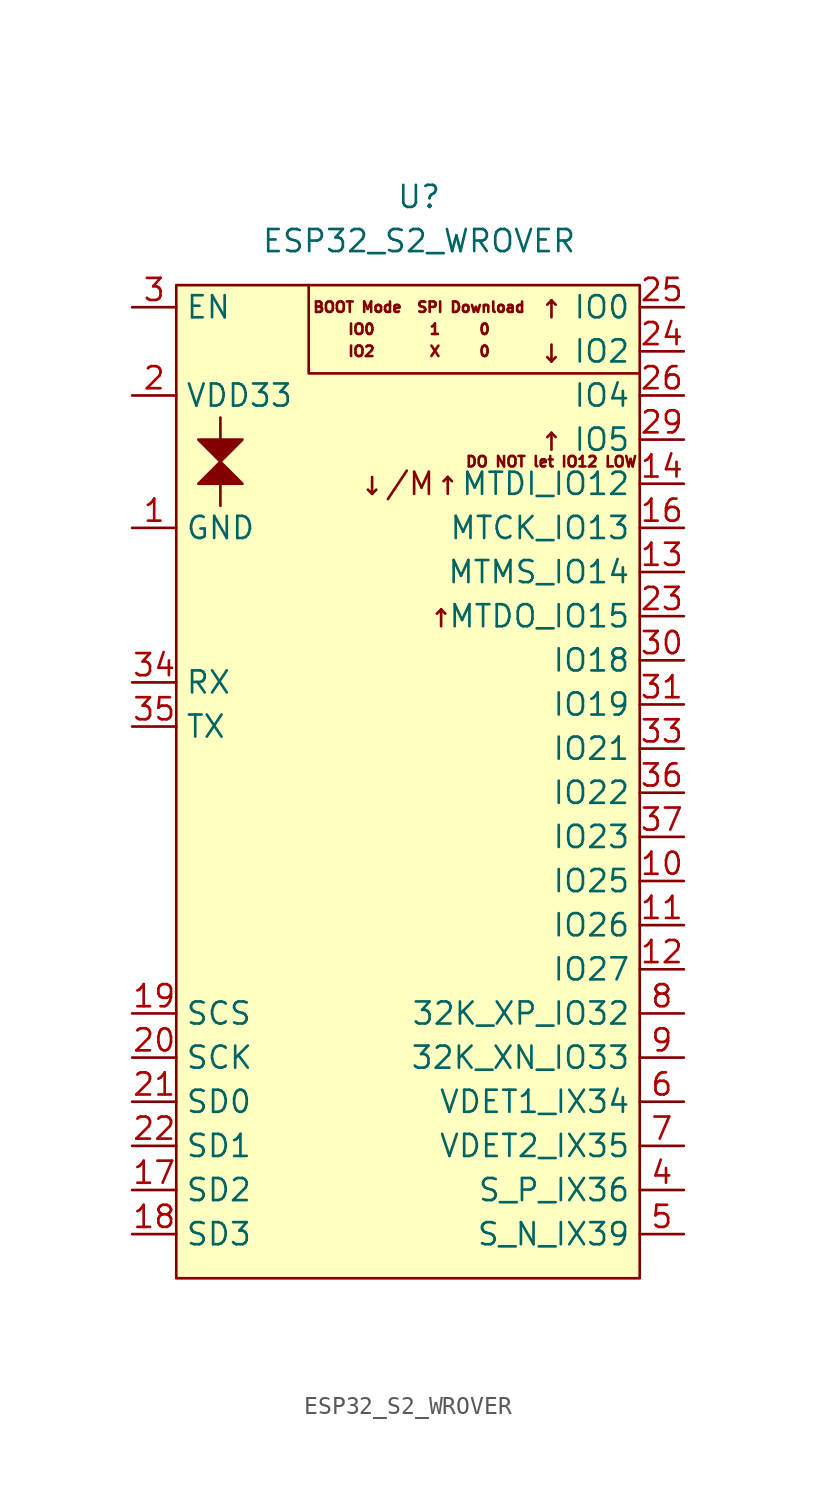
<source format=kicad_sym>
(kicad_symbol_lib
  (version 20211014)
  (generator kicad_symbol_editor)
  (symbol "ESP32_S2_WROVER"
    (property "Reference" "U"
      (at 0 3.81 0)
      (effects (font (size 1.27 1.27))))
    (property "Value" "ESP32_S2_WROVER"
      (at 0 1.27 0)
      (effects (font (size 1.27 1.27))))
    (symbol "ESP32_S2_WROVER_0_0"
      (polyline (pts (xy -11.43 -12.7) (xy -11.43 -13.97)) (stroke (width 0.152) (type default) (color 0 0 0 0)) (fill (type none)))
      (polyline (pts (xy -11.43 -10.16) (xy -11.43 -8.89)) (stroke (width 0.152) (type default) (color 0 0 0 0)) (fill (type none)))
      (polyline (pts (xy 12.7 -6.35) (xy -6.35 -6.35) (xy -6.35 -1.27)) (stroke (width 0.152) (type default) (color 0 0 0 0)) (fill (type none)))
      (polyline (pts (xy -11.43 -11.43) (xy -12.7 -10.16) (xy -10.16 -10.16) (xy -11.43 -11.43) (xy -12.7 -12.7) (xy -10.16 -12.7) (xy -11.43 -11.43)) (stroke (width 0.152) (type default) (color 0 0 0 0)) (fill (type outline)))
      (text "BOOT Mode  SPI Download" (at 0 -2.54 0) (effects (font (size 0.6 0.6))))
      (text "DO NOT let IO12 LOW" (at 7.62 -11.43 0) (effects (font (size 0.6 0.6))))
      (text "IO0       1     0" (at 0 -3.81 0) (effects (font (size 0.6 0.6))))
      (text "IO2       X     0" (at 0 -5.08 0) (effects (font (size 0.6 0.6))))
      (text "↑" (at 1.27 -20.32 0) (effects (font (size 1.27 1.27))))
      (text "↑" (at 7.62 -10.16 0) (effects (font (size 1.27 1.27))))
      (text "↑" (at 7.62 -2.54 0) (effects (font (size 1.27 1.27))))
      (text "↓" (at 7.62 -5.08 0) (effects (font (size 1.27 1.27))))
      (text "↓/M↑" (at 2.54 -12.7 0) (effects (font (size 1.27 1.27)) (justify right)))
      (pin passive line (at -16.51 -15.24 0) (length 2.54) (name "GND" (effects (font (size 1.27 1.27)))) (number "1" (effects (font (size 1.27 1.27)))))
      (pin bidirectional line (at 15.24 -35.56 180) (length 2.54) (name "IO25" (effects (font (size 1.27 1.27)))) (number "10" (effects (font (size 1.27 1.27)))))
      (pin bidirectional line (at 15.24 -38.1 180) (length 2.54) (name "IO26" (effects (font (size 1.27 1.27)))) (number "11" (effects (font (size 1.27 1.27)))))
      (pin bidirectional line (at 15.24 -40.64 180) (length 2.54) (name "IO27" (effects (font (size 1.27 1.27)))) (number "12" (effects (font (size 1.27 1.27)))))
      (pin bidirectional line (at 15.24 -17.78 180) (length 2.54) (name "MTMS_IO14" (effects (font (size 1.27 1.27)))) (number "13" (effects (font (size 1.27 1.27)))))
      (pin bidirectional line (at 15.24 -12.7 180) (length 2.54) (name "MTDI_IO12" (effects (font (size 1.27 1.27)))) (number "14" (effects (font (size 1.27 1.27)))))
      (pin passive line (at -16.51 -15.24 0) (length 2.54) hide (name "GND" (effects (font (size 1.27 1.27)))) (number "15" (effects (font (size 1.27 1.27)))))
      (pin bidirectional line (at 15.24 -15.24 180) (length 2.54) (name "MTCK_IO13" (effects (font (size 1.27 1.27)))) (number "16" (effects (font (size 1.27 1.27)))))
      (pin bidirectional line (at -16.51 -53.34 0) (length 2.54) (name "SD2" (effects (font (size 1.27 1.27)))) (number "17" (effects (font (size 1.27 1.27)))))
      (pin bidirectional line (at -16.51 -55.88 0) (length 2.54) (name "SD3" (effects (font (size 1.27 1.27)))) (number "18" (effects (font (size 1.27 1.27)))))
      (pin bidirectional line (at -16.51 -43.18 0) (length 2.54) (name "SCS" (effects (font (size 1.27 1.27)))) (number "19" (effects (font (size 1.27 1.27)))))
      (pin input line (at -16.51 -7.62 0) (length 2.54) (name "VDD33" (effects (font (size 1.27 1.27)))) (number "2" (effects (font (size 1.27 1.27)))))
      (pin bidirectional line (at -16.51 -45.72 0) (length 2.54) (name "SCK" (effects (font (size 1.27 1.27)))) (number "20" (effects (font (size 1.27 1.27)))))
      (pin bidirectional line (at -16.51 -48.26 0) (length 2.54) (name "SD0" (effects (font (size 1.27 1.27)))) (number "21" (effects (font (size 1.27 1.27)))))
      (pin bidirectional line (at -16.51 -50.8 0) (length 2.54) (name "SD1" (effects (font (size 1.27 1.27)))) (number "22" (effects (font (size 1.27 1.27)))))
      (pin bidirectional line (at 15.24 -20.32 180) (length 2.54) (name "MTDO_IO15" (effects (font (size 1.27 1.27)))) (number "23" (effects (font (size 1.27 1.27)))))
      (pin bidirectional line (at 15.24 -5.08 180) (length 2.54) (name "IO2" (effects (font (size 1.27 1.27)))) (number "24" (effects (font (size 1.27 1.27)))))
      (pin bidirectional line (at 15.24 -2.54 180) (length 2.54) (name "IO0" (effects (font (size 1.27 1.27)))) (number "25" (effects (font (size 1.27 1.27)))))
      (pin bidirectional line (at 15.24 -7.62 180) (length 2.54) (name "IO4" (effects (font (size 1.27 1.27)))) (number "26" (effects (font (size 1.27 1.27)))))
      (pin no_connect non_logic (at -3.81 -30.48 0) (length 2.54) hide (name "NC" (effects (font (size 1.27 1.27)))) (number "27" (effects (font (size 1.27 1.27)))))
      (pin no_connect non_logic (at -3.81 -25.4 0) (length 2.54) hide (name "NC" (effects (font (size 1.27 1.27)))) (number "28" (effects (font (size 1.27 1.27)))))
      (pin bidirectional line (at 15.24 -10.16 180) (length 2.54) (name "IO5" (effects (font (size 1.27 1.27)))) (number "29" (effects (font (size 1.27 1.27)))))
      (pin bidirectional line (at -16.51 -2.54 0) (length 2.54) (name "EN" (effects (font (size 1.27 1.27)))) (number "3" (effects (font (size 1.27 1.27)))))
      (pin bidirectional line (at 15.24 -22.86 180) (length 2.54) (name "IO18" (effects (font (size 1.27 1.27)))) (number "30" (effects (font (size 1.27 1.27)))))
      (pin bidirectional line (at 15.24 -25.4 180) (length 2.54) (name "IO19" (effects (font (size 1.27 1.27)))) (number "31" (effects (font (size 1.27 1.27)))))
      (pin no_connect non_logic (at -3.81 -27.94 0) (length 2.54) hide (name "NC" (effects (font (size 1.27 1.27)))) (number "32" (effects (font (size 1.27 1.27)))))
      (pin bidirectional line (at 15.24 -27.94 180) (length 2.54) (name "IO21" (effects (font (size 1.27 1.27)))) (number "33" (effects (font (size 1.27 1.27)))))
      (pin bidirectional line (at -16.51 -24.13 0) (length 2.54) (name "RX" (effects (font (size 1.27 1.27)))) (number "34" (effects (font (size 1.27 1.27)))))
      (pin bidirectional line (at -16.51 -26.67 0) (length 2.54) (name "TX" (effects (font (size 1.27 1.27)))) (number "35" (effects (font (size 1.27 1.27)))))
      (pin bidirectional line (at 15.24 -30.48 180) (length 2.54) (name "IO22" (effects (font (size 1.27 1.27)))) (number "36" (effects (font (size 1.27 1.27)))))
      (pin bidirectional line (at 15.24 -33.02 180) (length 2.54) (name "IO23" (effects (font (size 1.27 1.27)))) (number "37" (effects (font (size 1.27 1.27)))))
      (pin passive line (at -16.51 -15.24 0) (length 2.54) hide (name "GND" (effects (font (size 1.27 1.27)))) (number "38" (effects (font (size 1.27 1.27)))))
      (pin passive line (at -16.51 -15.24 0) (length 2.54) hide (name "GND" (effects (font (size 1.27 1.27)))) (number "39" (effects (font (size 1.27 1.27)))))
      (pin input line (at 15.24 -53.34 180) (length 2.54) (name "S_P_IX36" (effects (font (size 1.27 1.27)))) (number "4" (effects (font (size 1.27 1.27)))))
      (pin input line (at 15.24 -55.88 180) (length 2.54) (name "S_N_IX39" (effects (font (size 1.27 1.27)))) (number "5" (effects (font (size 1.27 1.27)))))
      (pin input line (at 15.24 -48.26 180) (length 2.54) (name "VDET1_IX34" (effects (font (size 1.27 1.27)))) (number "6" (effects (font (size 1.27 1.27)))))
      (pin input line (at 15.24 -50.8 180) (length 2.54) (name "VDET2_IX35" (effects (font (size 1.27 1.27)))) (number "7" (effects (font (size 1.27 1.27)))))
      (pin bidirectional line (at 15.24 -43.18 180) (length 2.54) (name "32K_XP_IO32" (effects (font (size 1.27 1.27)))) (number "8" (effects (font (size 1.27 1.27)))))
      (pin bidirectional line (at 15.24 -45.72 180) (length 2.54) (name "32K_XN_IO33" (effects (font (size 1.27 1.27)))) (number "9" (effects (font (size 1.27 1.27))))))
    (symbol "ESP32_S2_WROVER_0_1"
      (rectangle (start -13.97 -1.27) (end 12.7 -58.42) (stroke (width 0.152) (type default) (color 0 0 0 0)) (fill (type background))))))
</source>
